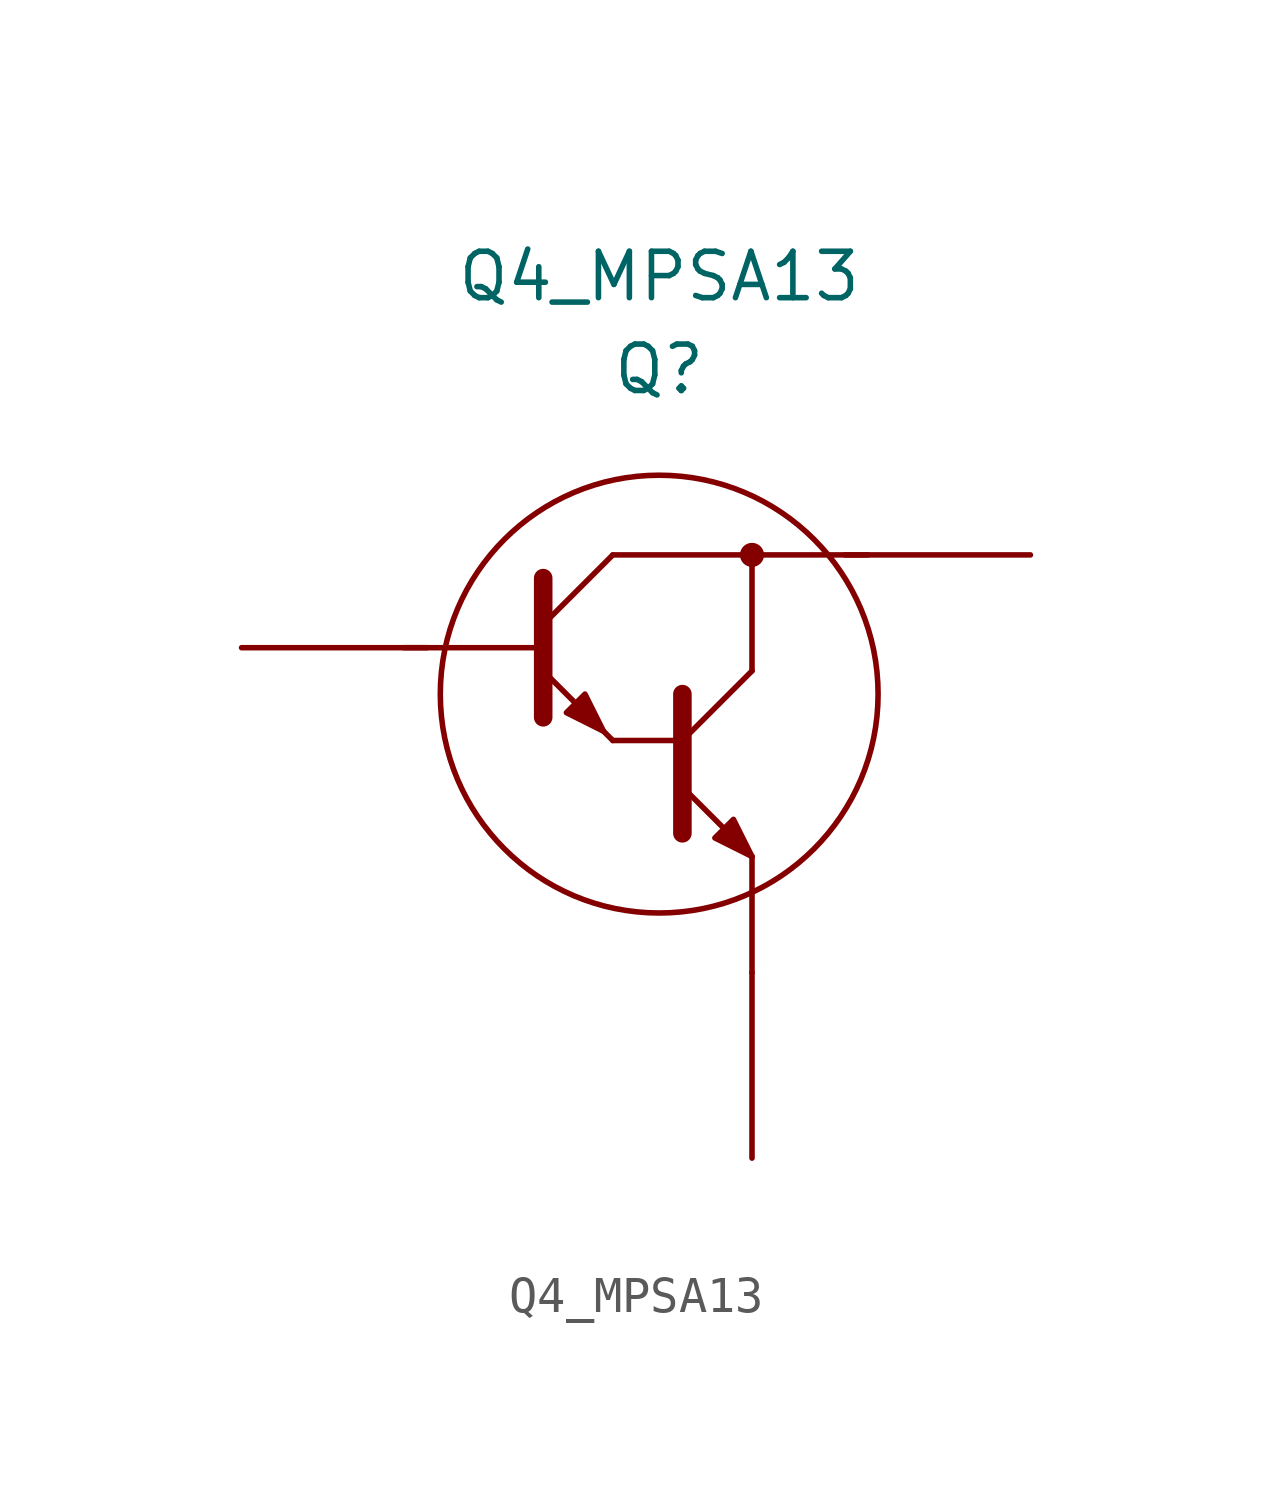
<source format=kicad_sym>
(kicad_symbol_lib
  (version 20211014)
  (generator kicad_symbol_editor)
  (symbol "Q4_MPSA13"
    (property "Reference" "Q"
      (at 0 8.89 0)
      (effects (font (size 1.27 1.27))))
    (property "Value" "Q4_MPSA13"
      (at 0 11.43 0)
      (effects (font (size 1.27 1.27))))
    (symbol "Q4_MPSA13_0_1"
      (polyline (pts (xy -3.175 1.27) (xy -6.985 1.27)) (stroke (width 0) (type default) (color 0 0 0 0)) (fill (type none)))
      (polyline (pts (xy -3.175 1.905) (xy -1.27 3.81)) (stroke (width 0) (type default) (color 0 0 0 0)) (fill (type none)))
      (polyline (pts (xy -1.27 -1.27) (xy 0.635 -1.27)) (stroke (width 0) (type default) (color 0 0 0 0)) (fill (type none)))
      (polyline (pts (xy 0.635 -1.27) (xy 2.54 0.635)) (stroke (width 0) (type default) (color 0 0 0 0)) (fill (type none)))
      (polyline (pts (xy 2.54 -4.445) (xy 2.54 -7.62)) (stroke (width 0) (type default) (color 0 0 0 0)) (fill (type none)))
      (polyline (pts (xy 2.54 3.81) (xy 5.715 3.81)) (stroke (width 0) (type default) (color 0 0 0 0)) (fill (type none)))
      (polyline (pts (xy -3.175 0.635) (xy -1.27 -1.27) (xy -1.27 -1.27)) (stroke (width 0) (type default) (color 0 0 0 0)) (fill (type none)))
      (polyline (pts (xy -3.175 3.175) (xy -3.175 -0.635) (xy -3.175 -0.635)) (stroke (width 0.508) (type default) (color 0 0 0 0)) (fill (type none)))
      (polyline (pts (xy -1.27 3.81) (xy 2.54 3.81) (xy 2.54 0.635)) (stroke (width 0) (type default) (color 0 0 0 0)) (fill (type none)))
      (polyline (pts (xy 0.635 -2.54) (xy 2.54 -4.445) (xy 2.54 -4.445)) (stroke (width 0) (type default) (color 0 0 0 0)) (fill (type none)))
      (polyline (pts (xy 0.635 0) (xy 0.635 -3.81) (xy 0.635 -3.81)) (stroke (width 0.508) (type default) (color 0 0 0 0)) (fill (type none)))
      (polyline (pts (xy -2.54 -0.508) (xy -2.032 0) (xy -1.524 -1.016) (xy -2.54 -0.508) (xy -2.54 -0.508)) (stroke (width 0) (type default) (color 0 0 0 0)) (fill (type outline)))
      (polyline (pts (xy 1.524 -3.937) (xy 2.032 -3.429) (xy 2.54 -4.445) (xy 1.524 -3.937) (xy 1.524 -3.937)) (stroke (width 0) (type default) (color 0 0 0 0)) (fill (type outline)))
      (circle (center 0 0) (radius 5.991) (stroke (width 0) (type default) (color 0 0 0 0)) (fill (type none)))
      (circle (center 2.54 3.81) (radius 0.254) (stroke (width 0) (type default) (color 0 0 0 0)) (fill (type outline))))
    (symbol "Q4_MPSA13_1_0"
      (pin passive line (at -11.43 1.27 0) (length 5.08) (name "~" (effects (font (size 1.27 1.27)))) (number "" (effects (font (size 1.27 1.27)))))
      (pin passive line (at 2.54 -12.7 90) (length 5.08) (name "~" (effects (font (size 1.27 1.27)))) (number "" (effects (font (size 1.27 1.27)))))
      (pin passive line (at 10.16 3.81 180) (length 5.08) (name "~" (effects (font (size 1.27 1.27)))) (number "" (effects (font (size 1.27 1.27))))))))
</source>
